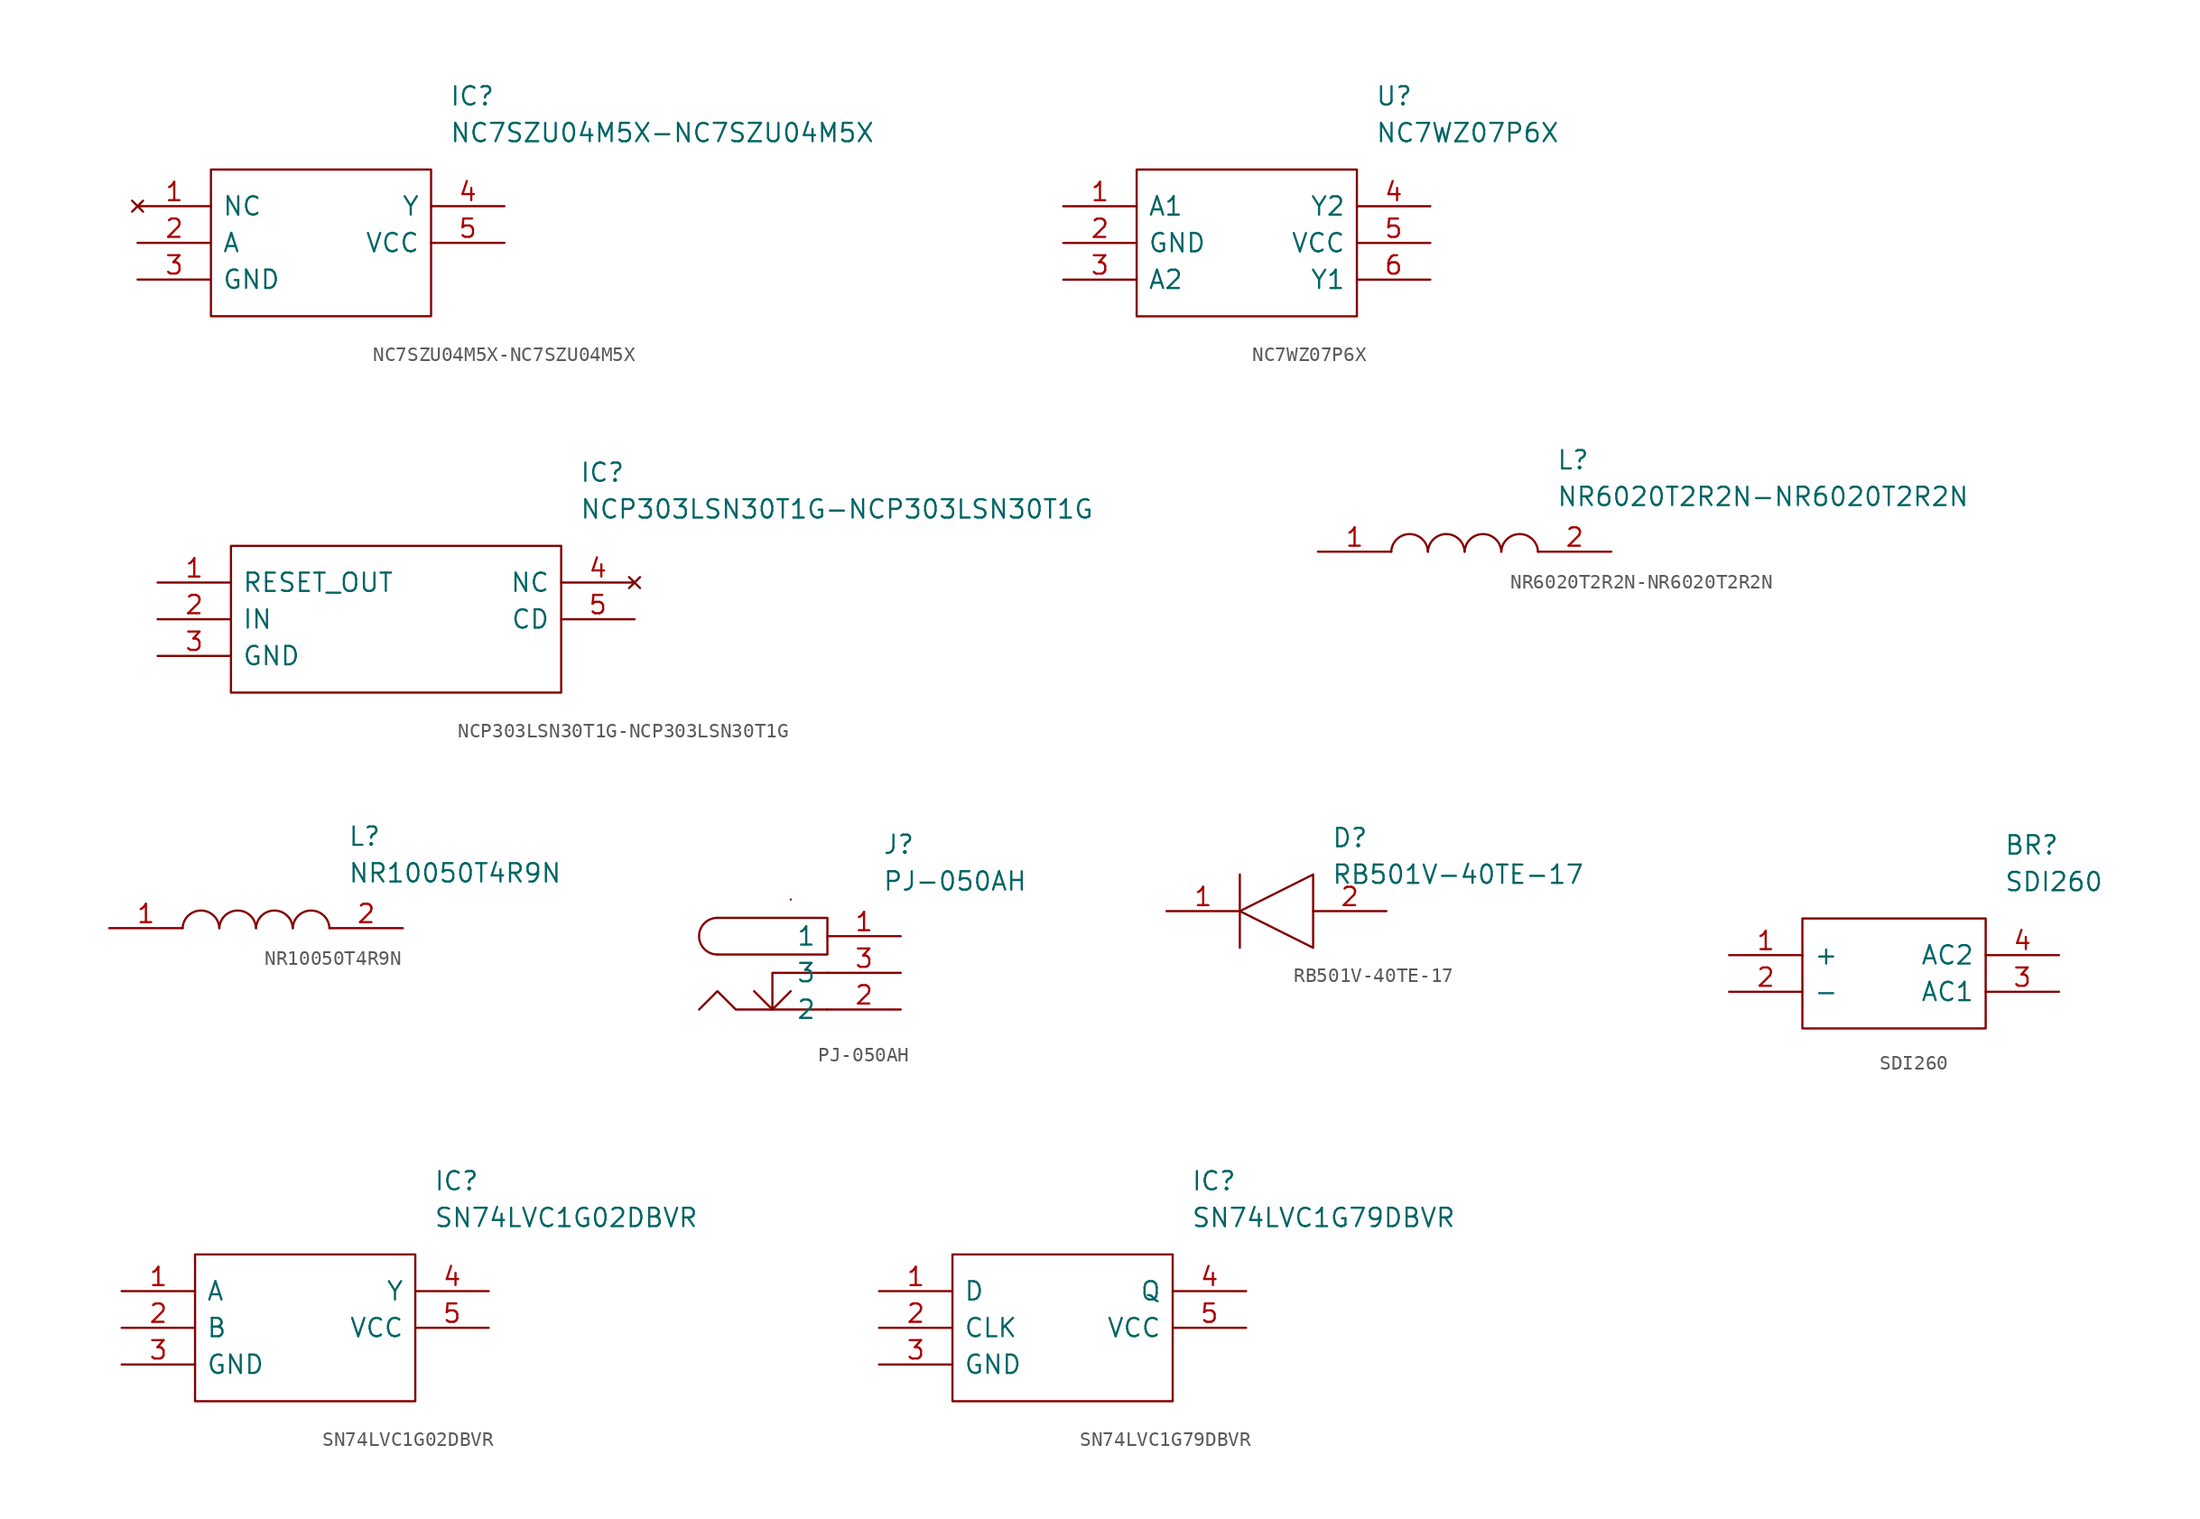
<source format=kicad_sym>
(kicad_symbol_lib
  (version 20220914)
  (generator kicad_symbol_editor)
  (symbol "NC7SZU04M5X-NC7SZU04M5X"
    (pin_names
      (offset 0.762))
    (property "Reference" "IC"
      (at 21.59 7.62 0)
      (effects (font (size 1.27 1.27)) (justify left)))
    (property "Value" "NC7SZU04M5X-NC7SZU04M5X"
      (at 21.59 5.08 0)
      (effects (font (size 1.27 1.27)) (justify left)))
    (symbol "NC7SZU04M5X-NC7SZU04M5X_0_0"
      (pin no_connect line (at 0 0 0) (length 5.08) (name "NC" (effects (font (size 1.27 1.27)))) (number "1" (effects (font (size 1.27 1.27)))))
      (pin input line (at 0 -2.54 0) (length 5.08) (name "A" (effects (font (size 1.27 1.27)))) (number "2" (effects (font (size 1.27 1.27)))))
      (pin power_in line (at 0 -5.08 0) (length 5.08) (name "GND" (effects (font (size 1.27 1.27)))) (number "3" (effects (font (size 1.27 1.27)))))
      (pin output line (at 25.4 0 180) (length 5.08) (name "Y" (effects (font (size 1.27 1.27)))) (number "4" (effects (font (size 1.27 1.27)))))
      (pin power_in line (at 25.4 -2.54 180) (length 5.08) (name "VCC" (effects (font (size 1.27 1.27)))) (number "5" (effects (font (size 1.27 1.27))))))
    (symbol "NC7SZU04M5X-NC7SZU04M5X_0_1"
      (polyline (pts (xy 5.08 2.54) (xy 20.32 2.54) (xy 20.32 -7.62) (xy 5.08 -7.62) (xy 5.08 2.54)) (stroke (width 0.152) (type solid)) (fill (type none)))))
  (symbol "NC7WZ07P6X"
    (pin_names
      (offset 0.762))
    (property "Reference" "U"
      (at 21.59 7.62 0)
      (effects (font (size 1.27 1.27)) (justify left)))
    (property "Value" "NC7WZ07P6X"
      (at 21.59 5.08 0)
      (effects (font (size 1.27 1.27)) (justify left)))
    (symbol "NC7WZ07P6X_0_0"
      (pin input line (at 0 0 0) (length 5.08) (name "A1" (effects (font (size 1.27 1.27)))) (number "1" (effects (font (size 1.27 1.27)))))
      (pin power_in line (at 0 -2.54 0) (length 5.08) (name "GND" (effects (font (size 1.27 1.27)))) (number "2" (effects (font (size 1.27 1.27)))))
      (pin input line (at 0 -5.08 0) (length 5.08) (name "A2" (effects (font (size 1.27 1.27)))) (number "3" (effects (font (size 1.27 1.27)))))
      (pin open_collector line (at 25.4 0 180) (length 5.08) (name "Y2" (effects (font (size 1.27 1.27)))) (number "4" (effects (font (size 1.27 1.27)))))
      (pin power_in line (at 25.4 -2.54 180) (length 5.08) (name "VCC" (effects (font (size 1.27 1.27)))) (number "5" (effects (font (size 1.27 1.27)))))
      (pin open_collector line (at 25.4 -5.08 180) (length 5.08) (name "Y1" (effects (font (size 1.27 1.27)))) (number "6" (effects (font (size 1.27 1.27))))))
    (symbol "NC7WZ07P6X_0_1"
      (polyline (pts (xy 5.08 2.54) (xy 20.32 2.54) (xy 20.32 -7.62) (xy 5.08 -7.62) (xy 5.08 2.54)) (stroke (width 0.152) (type solid)) (fill (type none)))))
  (symbol "NCP303LSN30T1G-NCP303LSN30T1G"
    (pin_names
      (offset 0.762))
    (property "Reference" "IC"
      (at 29.21 7.62 0)
      (effects (font (size 1.27 1.27)) (justify left)))
    (property "Value" "NCP303LSN30T1G-NCP303LSN30T1G"
      (at 29.21 5.08 0)
      (effects (font (size 1.27 1.27)) (justify left)))
    (symbol "NCP303LSN30T1G-NCP303LSN30T1G_0_0"
      (pin open_collector line (at 0 0 0) (length 5.08) (name "RESET_OUT" (effects (font (size 1.27 1.27)))) (number "1" (effects (font (size 1.27 1.27)))))
      (pin power_in line (at 0 -2.54 0) (length 5.08) (name "IN" (effects (font (size 1.27 1.27)))) (number "2" (effects (font (size 1.27 1.27)))))
      (pin power_in line (at 0 -5.08 0) (length 5.08) (name "GND" (effects (font (size 1.27 1.27)))) (number "3" (effects (font (size 1.27 1.27)))))
      (pin no_connect line (at 33.02 0 180) (length 5.08) (name "NC" (effects (font (size 1.27 1.27)))) (number "4" (effects (font (size 1.27 1.27)))))
      (pin input line (at 33.02 -2.54 180) (length 5.08) (name "CD" (effects (font (size 1.27 1.27)))) (number "5" (effects (font (size 1.27 1.27))))))
    (symbol "NCP303LSN30T1G-NCP303LSN30T1G_0_1"
      (polyline (pts (xy 5.08 2.54) (xy 27.94 2.54) (xy 27.94 -7.62) (xy 5.08 -7.62) (xy 5.08 2.54)) (stroke (width 0.152) (type solid)) (fill (type none)))))
  (symbol "NR6020T2R2N-NR6020T2R2N"
    (pin_names
      (offset 0.762))
    (property "Reference" "L"
      (at 16.51 6.35 0)
      (effects (font (size 1.27 1.27)) (justify left)))
    (property "Value" "NR6020T2R2N-NR6020T2R2N"
      (at 16.51 3.81 0)
      (effects (font (size 1.27 1.27)) (justify left)))
    (symbol "NR6020T2R2N-NR6020T2R2N_0_0"
      (pin passive line (at 0 0 0) (length 5.08) (name "~" (effects (font (size 1.27 1.27)))) (number "1" (effects (font (size 1.27 1.27)))))
      (pin passive line (at 20.32 0 180) (length 5.08) (name "~" (effects (font (size 1.27 1.27)))) (number "2" (effects (font (size 1.27 1.27))))))
    (symbol "NR6020T2R2N-NR6020T2R2N_0_1"
      (arc (start 7.62 0) (mid 6.35 1.2202) (end 5.08 0) (stroke (width 0.1524) (type solid)) (fill (type none)))
      (arc (start 10.16 0) (mid 8.89 1.2202) (end 7.62 0) (stroke (width 0.1524) (type solid)) (fill (type none)))
      (arc (start 12.7 0) (mid 11.43 1.2202) (end 10.16 0) (stroke (width 0.1524) (type solid)) (fill (type none)))
      (arc (start 15.24 0) (mid 13.97 1.2202) (end 12.7 0) (stroke (width 0.1524) (type solid)) (fill (type none)))))
  (symbol "NR10050T4R9N"
    (pin_names
      (offset 0.762))
    (property "Reference" "L"
      (at 16.51 6.35 0)
      (effects (font (size 1.27 1.27)) (justify left)))
    (property "Value" "NR10050T4R9N"
      (at 16.51 3.81 0)
      (effects (font (size 1.27 1.27)) (justify left)))
    (symbol "NR10050T4R9N_0_0"
      (pin passive line (at 0 0 0) (length 5.08) (name "~" (effects (font (size 1.27 1.27)))) (number "1" (effects (font (size 1.27 1.27)))))
      (pin passive line (at 20.32 0 180) (length 5.08) (name "~" (effects (font (size 1.27 1.27)))) (number "2" (effects (font (size 1.27 1.27))))))
    (symbol "NR10050T4R9N_0_1"
      (arc (start 7.62 0) (mid 6.35 1.2202) (end 5.08 0) (stroke (width 0.1524) (type solid)) (fill (type none)))
      (arc (start 10.16 0) (mid 8.89 1.2202) (end 7.62 0) (stroke (width 0.1524) (type solid)) (fill (type none)))
      (arc (start 12.7 0) (mid 11.43 1.2202) (end 10.16 0) (stroke (width 0.1524) (type solid)) (fill (type none)))
      (arc (start 15.24 0) (mid 13.97 1.2202) (end 12.7 0) (stroke (width 0.1524) (type solid)) (fill (type none)))))
  (symbol "PJ-050AH"
    (pin_names
      (offset 0.762))
    (property "Reference" "J"
      (at 16.51 7.62 0)
      (effects (font (size 1.27 1.27)) (justify left)))
    (property "Value" "PJ-050AH"
      (at 16.51 5.08 0)
      (effects (font (size 1.27 1.27)) (justify left)))
    (symbol "PJ-050AH_0_0"
      (pin power_out line (at 17.78 1.27 180) (length 5.08) (name "1" (effects (font (size 1.27 1.27)))) (number "1" (effects (font (size 1.27 1.27)))))
      (pin power_out line (at 17.78 -3.81 180) (length 5.08) (name "2" (effects (font (size 1.27 1.27)))) (number "2" (effects (font (size 1.27 1.27)))))
      (pin power_in line (at 17.78 -1.27 180) (length 5.08) (name "3" (effects (font (size 1.27 1.27)))) (number "3" (effects (font (size 1.27 1.27))))))
    (symbol "PJ-050AH_0_1"
      (polyline (pts (xy 8.89 -3.81) (xy 8.89 -1.27) (xy 12.7 -1.27)) (stroke (width 0) (type solid)) (fill (type none)))
      (polyline (pts (xy 5.08 2.54) (xy 12.7 2.54) (xy 12.7 0) (xy 5.08 0)) (stroke (width 0) (type solid)) (fill (type none)))
      (polyline (pts (xy 8.89 -3.81) (xy 7.62 -2.54) (xy 8.89 -3.81) (xy 10.16 -2.54)) (stroke (width 0) (type solid)) (fill (type none)))
      (polyline (pts (xy 12.7 -3.81) (xy 6.35 -3.81) (xy 5.08 -2.54) (xy 3.81 -3.81)) (stroke (width 0) (type solid)) (fill (type none)))
      (arc (start 5.08 2.54) (mid 3.8155 1.27) (end 5.08 0) (stroke (width 0) (type solid)) (fill (type none)))
      (rectangle (start 10.16 3.81) (end 10.16 3.81) (stroke (width 0) (type solid)) (fill (type none)))))
  (symbol "RB501V-40TE-17"
    (pin_names
      (offset 0.762))
    (property "Reference" "D"
      (at 11.43 5.08 0)
      (effects (font (size 1.27 1.27)) (justify left)))
    (property "Value" "RB501V-40TE-17"
      (at 11.43 2.54 0)
      (effects (font (size 1.27 1.27)) (justify left)))
    (symbol "RB501V-40TE-17_0_0"
      (pin passive line (at 0 0 0) (length 5.08) (name "~" (effects (font (size 1.27 1.27)))) (number "1" (effects (font (size 1.27 1.27)))))
      (pin passive line (at 15.24 0 180) (length 5.08) (name "~" (effects (font (size 1.27 1.27)))) (number "2" (effects (font (size 1.27 1.27))))))
    (symbol "RB501V-40TE-17_0_1"
      (polyline (pts (xy 5.08 2.54) (xy 5.08 -2.54)) (stroke (width 0.152) (type solid)) (fill (type none)))
      (polyline (pts (xy 5.08 0) (xy 10.16 2.54) (xy 10.16 -2.54) (xy 5.08 0)) (stroke (width 0.152) (type solid)) (fill (type none)))))
  (symbol "SDI260"
    (pin_names
      (offset 0.762))
    (property "Reference" "BR"
      (at 19.05 7.62 0)
      (effects (font (size 1.27 1.27)) (justify left)))
    (property "Value" "SDI260"
      (at 19.05 5.08 0)
      (effects (font (size 1.27 1.27)) (justify left)))
    (symbol "SDI260_0_0"
      (pin passive line (at 0 0 0) (length 5.08) (name "+" (effects (font (size 1.27 1.27)))) (number "1" (effects (font (size 1.27 1.27)))))
      (pin passive line (at 0 -2.54 0) (length 5.08) (name "-" (effects (font (size 1.27 1.27)))) (number "2" (effects (font (size 1.27 1.27)))))
      (pin power_in line (at 22.86 -2.54 180) (length 5.08) (name "AC1" (effects (font (size 1.27 1.27)))) (number "3" (effects (font (size 1.27 1.27)))))
      (pin power_in line (at 22.86 0 180) (length 5.08) (name "AC2" (effects (font (size 1.27 1.27)))) (number "4" (effects (font (size 1.27 1.27))))))
    (symbol "SDI260_0_1"
      (polyline (pts (xy 5.08 2.54) (xy 17.78 2.54) (xy 17.78 -5.08) (xy 5.08 -5.08) (xy 5.08 2.54)) (stroke (width 0.152) (type solid)) (fill (type none)))))
  (symbol "SN74LVC1G02DBVR"
    (pin_names
      (offset 0.762))
    (property "Reference" "IC"
      (at 21.59 7.62 0)
      (effects (font (size 1.27 1.27)) (justify left)))
    (property "Value" "SN74LVC1G02DBVR"
      (at 21.59 5.08 0)
      (effects (font (size 1.27 1.27)) (justify left)))
    (symbol "SN74LVC1G02DBVR_0_0"
      (pin input line (at 0 0 0) (length 5.08) (name "A" (effects (font (size 1.27 1.27)))) (number "1" (effects (font (size 1.27 1.27)))))
      (pin input line (at 0 -2.54 0) (length 5.08) (name "B" (effects (font (size 1.27 1.27)))) (number "2" (effects (font (size 1.27 1.27)))))
      (pin power_in line (at 0 -5.08 0) (length 5.08) (name "GND" (effects (font (size 1.27 1.27)))) (number "3" (effects (font (size 1.27 1.27)))))
      (pin output line (at 25.4 0 180) (length 5.08) (name "Y" (effects (font (size 1.27 1.27)))) (number "4" (effects (font (size 1.27 1.27)))))
      (pin power_in line (at 25.4 -2.54 180) (length 5.08) (name "VCC" (effects (font (size 1.27 1.27)))) (number "5" (effects (font (size 1.27 1.27))))))
    (symbol "SN74LVC1G02DBVR_0_1"
      (polyline (pts (xy 5.08 2.54) (xy 20.32 2.54) (xy 20.32 -7.62) (xy 5.08 -7.62) (xy 5.08 2.54)) (stroke (width 0.152) (type solid)) (fill (type none)))))
  (symbol "SN74LVC1G79DBVR"
    (pin_names
      (offset 0.762))
    (property "Reference" "IC"
      (at 21.59 7.62 0)
      (effects (font (size 1.27 1.27)) (justify left)))
    (property "Value" "SN74LVC1G79DBVR"
      (at 21.59 5.08 0)
      (effects (font (size 1.27 1.27)) (justify left)))
    (symbol "SN74LVC1G79DBVR_0_0"
      (pin input line (at 0 0 0) (length 5.08) (name "D" (effects (font (size 1.27 1.27)))) (number "1" (effects (font (size 1.27 1.27)))))
      (pin input line (at 0 -2.54 0) (length 5.08) (name "CLK" (effects (font (size 1.27 1.27)))) (number "2" (effects (font (size 1.27 1.27)))))
      (pin power_in line (at 0 -5.08 0) (length 5.08) (name "GND" (effects (font (size 1.27 1.27)))) (number "3" (effects (font (size 1.27 1.27)))))
      (pin output line (at 25.4 0 180) (length 5.08) (name "Q" (effects (font (size 1.27 1.27)))) (number "4" (effects (font (size 1.27 1.27)))))
      (pin power_in line (at 25.4 -2.54 180) (length 5.08) (name "VCC" (effects (font (size 1.27 1.27)))) (number "5" (effects (font (size 1.27 1.27))))))
    (symbol "SN74LVC1G79DBVR_0_1"
      (polyline (pts (xy 5.08 2.54) (xy 20.32 2.54) (xy 20.32 -7.62) (xy 5.08 -7.62) (xy 5.08 2.54)) (stroke (width 0.152) (type solid)) (fill (type none))))))
</source>
